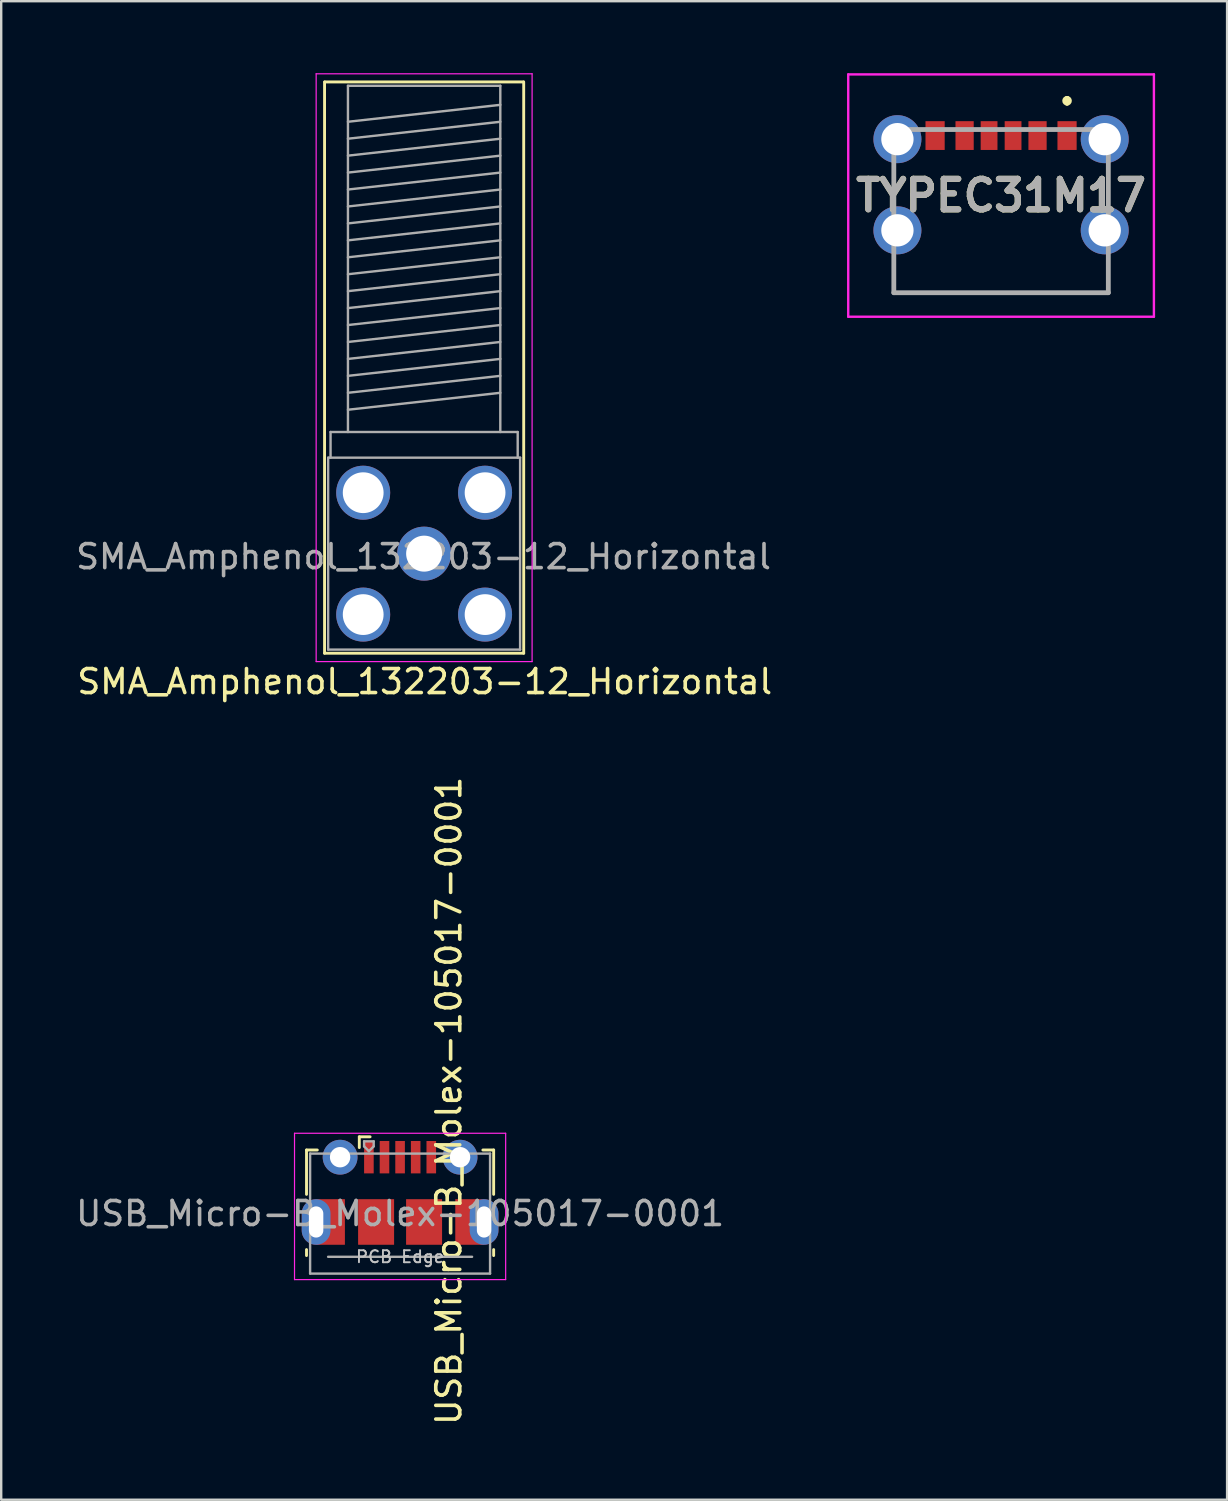
<source format=kicad_pcb>
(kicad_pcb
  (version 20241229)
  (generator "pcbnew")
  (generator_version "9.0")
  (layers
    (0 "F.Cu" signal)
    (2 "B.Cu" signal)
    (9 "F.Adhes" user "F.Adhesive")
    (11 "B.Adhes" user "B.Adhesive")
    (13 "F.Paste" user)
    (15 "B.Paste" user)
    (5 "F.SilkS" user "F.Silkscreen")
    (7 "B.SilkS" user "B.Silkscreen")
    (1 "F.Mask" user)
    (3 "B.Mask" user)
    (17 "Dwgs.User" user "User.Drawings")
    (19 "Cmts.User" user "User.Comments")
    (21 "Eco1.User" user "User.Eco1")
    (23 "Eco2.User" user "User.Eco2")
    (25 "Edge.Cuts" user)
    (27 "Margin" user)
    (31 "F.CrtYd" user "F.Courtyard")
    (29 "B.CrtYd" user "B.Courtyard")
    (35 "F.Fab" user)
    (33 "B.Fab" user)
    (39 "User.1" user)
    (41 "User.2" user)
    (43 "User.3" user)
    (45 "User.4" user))
  (footprint "TYPEC31M17"
    (layer "F.Cu")
    (at 38.673 5.1)
    (property "Reference" "TYPEC31M17" (at 0 0 0) (layer "F.SilkS") (effects (font (size 1.27 1.27) (thickness 0.254))))
    (attr through_hole)
    (fp_line (start -4.47 4.05) (end 4.32 4.05) (stroke (width 0.1) (type solid)) (layer "F.SilkS"))
    (fp_line (start 2.75 -4.05) (end 2.75 -4.05) (stroke (width 0.2) (type solid)) (layer "F.SilkS"))
    (fp_line (start 2.75 -3.85) (end 2.75 -3.85) (stroke (width 0.2) (type solid)) (layer "F.SilkS"))
    (fp_arc (start 2.75 -4.05) (mid 2.85 -3.95) (end 2.75 -3.85) (stroke (width 0.2) (type solid)) (layer "F.SilkS"))
    (fp_arc (start 2.75 -3.85) (mid 2.65 -3.95) (end 2.75 -4.05) (stroke (width 0.2) (type solid)) (layer "F.SilkS"))
    (fp_line (start -6.37 -5.05) (end 6.37 -5.05) (stroke (width 0.1) (type solid)) (layer "F.CrtYd"))
    (fp_line (start -6.37 5.05) (end -6.37 -5.05) (stroke (width 0.1) (type solid)) (layer "F.CrtYd"))
    (fp_line (start 6.37 -5.05) (end 6.37 5.05) (stroke (width 0.1) (type solid)) (layer "F.CrtYd"))
    (fp_line (start 6.37 5.05) (end -6.37 5.05) (stroke (width 0.1) (type solid)) (layer "F.CrtYd"))
    (fp_line (start -4.47 -2.75) (end 4.47 -2.75) (stroke (width 0.2) (type solid)) (layer "F.Fab"))
    (fp_line (start -4.47 4.05) (end -4.47 -2.75) (stroke (width 0.2) (type solid)) (layer "F.Fab"))
    (fp_line (start 4.47 -2.75) (end 4.47 4.05) (stroke (width 0.2) (type solid)) (layer "F.Fab"))
    (fp_line (start 4.47 4.05) (end -4.47 4.05) (stroke (width 0.2) (type solid)) (layer "F.Fab"))
    (fp_text user "${REFERENCE}" (at 0 0 0) (layer "F.Fab") (effects (font (size 1.27 1.27) (thickness 0.254))))
    (pad "A5" smd rect (at -0.5 -2.5) (size 0.7 1.2) (layers "F.Cu" "F.Mask" "F.Paste"))
    (pad "A9" smd rect (at 1.52 -2.5) (size 0.76 1.2) (layers "F.Cu" "F.Mask" "F.Paste"))
    (pad "A12" smd rect (at 2.75 -2.5) (size 0.8 1.2) (layers "F.Cu" "F.Mask" "F.Paste"))
    (pad "B5" smd rect (at 0.5 -2.5) (size 0.7 1.2) (layers "F.Cu" "F.Mask" "F.Paste"))
    (pad "B9" smd rect (at -1.52 -2.5) (size 0.76 1.2) (layers "F.Cu" "F.Mask" "F.Paste"))
    (pad "B12" smd rect (at -2.75 -2.5) (size 0.8 1.2) (layers "F.Cu" "F.Mask" "F.Paste"))
    (pad "MH1" thru_hole circle (at -4.32 1.45) (size 2 2) (drill 1.346) (layers "*.Cu" "*.Mask"))
    (pad "MH2" thru_hole circle (at 4.32 1.45) (size 2 2) (drill 1.346) (layers "*.Cu" "*.Mask"))
    (pad "MH3" thru_hole circle (at 4.32 -2.35) (size 2 2) (drill 1.346) (layers "*.Cu" "*.Mask"))
    (pad "MH4" thru_hole circle (at -4.32 -2.35) (size 2 2) (drill 1.346) (layers "*.Cu" "*.Mask")))
  (footprint "USB_Micro-B_Molex-105017-0001"
    (layer "F.Cu")
    (at 13.625 46.642)
    (property "Reference" "USB_Micro-B_Molex-105017-0001" (at 2.032 -3.81 90) (layer "F.SilkS") (effects (font (size 1 1) (thickness 0.15))))
    (attr smd)
    (fp_line (start -3.9 -1.762) (end -3.45 -1.762) (stroke (width 0.12) (type solid)) (layer "F.SilkS"))
    (fp_line (start -3.9 0.087) (end -3.9 -1.762) (stroke (width 0.12) (type solid)) (layer "F.SilkS"))
    (fp_line (start -3.9 2.638) (end -3.9 2.388) (stroke (width 0.12) (type solid)) (layer "F.SilkS"))
    (fp_line (start -1.7 -2.312) (end -1.7 -1.863) (stroke (width 0.12) (type solid)) (layer "F.SilkS"))
    (fp_line (start -1.7 -2.312) (end -1.25 -2.312) (stroke (width 0.12) (type solid)) (layer "F.SilkS"))
    (fp_line (start 3.9 -1.762) (end 3.45 -1.762) (stroke (width 0.12) (type solid)) (layer "F.SilkS"))
    (fp_line (start 3.9 0.087) (end 3.9 -1.762) (stroke (width 0.12) (type solid)) (layer "F.SilkS"))
    (fp_line (start 3.9 2.638) (end 3.9 2.388) (stroke (width 0.12) (type solid)) (layer "F.SilkS"))
    (fp_line (start -4.4 -2.46) (end 4.4 -2.46) (stroke (width 0.05) (type solid)) (layer "F.CrtYd"))
    (fp_line (start -4.4 3.64) (end -4.4 -2.46) (stroke (width 0.05) (type solid)) (layer "F.CrtYd"))
    (fp_line (start -4.4 3.64) (end 4.4 3.64) (stroke (width 0.05) (type solid)) (layer "F.CrtYd"))
    (fp_line (start 4.4 -2.46) (end 4.4 3.64) (stroke (width 0.05) (type solid)) (layer "F.CrtYd"))
    (fp_line (start -3.75 -1.613) (end 3.75 -1.613) (stroke (width 0.1) (type solid)) (layer "F.Fab"))
    (fp_line (start -3.75 3.388) (end -3.75 -1.613) (stroke (width 0.1) (type solid)) (layer "F.Fab"))
    (fp_line (start -3.75 3.389) (end 3.75 3.389) (stroke (width 0.1) (type solid)) (layer "F.Fab"))
    (fp_line (start -3 2.689) (end 3 2.689) (stroke (width 0.1) (type solid)) (layer "F.Fab"))
    (fp_line (start -1.5 -2.123) (end -1.5 -1.913) (stroke (width 0.1) (type solid)) (layer "F.Fab"))
    (fp_line (start -1.5 -2.123) (end -1.1 -2.123) (stroke (width 0.1) (type solid)) (layer "F.Fab"))
    (fp_line (start -1.3 -1.712) (end -1.5 -1.913) (stroke (width 0.1) (type solid)) (layer "F.Fab"))
    (fp_line (start -1.1 -2.123) (end -1.1 -1.913) (stroke (width 0.1) (type solid)) (layer "F.Fab"))
    (fp_line (start -1.1 -1.913) (end -1.3 -1.712) (stroke (width 0.1) (type solid)) (layer "F.Fab"))
    (fp_line (start 3.75 3.388) (end 3.75 -1.613) (stroke (width 0.1) (type solid)) (layer "F.Fab"))
    (fp_text user "PCB Edge" (at 0 2.688 0) (layer "Dwgs.User") (effects (font (size 0.5 0.5) (thickness 0.08))))
    (fp_text user "${REFERENCE}" (at 0 0.887 0) (layer "F.Fab") (effects (font (size 1 1) (thickness 0.15))))
    (pad "1" smd rect (at -1.3 -1.462) (size 0.4 1.35) (layers "F.Cu" "F.Mask" "F.Paste"))
    (pad "2" smd rect (at -0.65 -1.462) (size 0.4 1.35) (layers "F.Cu" "F.Mask" "F.Paste"))
    (pad "3" smd rect (at 0 -1.462) (size 0.4 1.35) (layers "F.Cu" "F.Mask" "F.Paste"))
    (pad "4" smd rect (at 0.65 -1.462) (size 0.4 1.35) (layers "F.Cu" "F.Mask" "F.Paste"))
    (pad "5" smd rect (at 1.3 -1.462) (size 0.4 1.35) (layers "F.Cu" "F.Mask" "F.Paste"))
    (pad "6" thru_hole oval (at -3.5 1.238 180) (size 1.2 1.9) (drill oval 0.6 1.3) (layers "*.Cu" "*.Mask"))
    (pad "6" smd rect (at -2.9 1.238) (size 1.2 1.9) (layers "F.Cu" "F.Mask"))
    (pad "6" thru_hole circle (at -2.5 -1.462) (size 1.45 1.45) (drill 0.85) (layers "*.Cu" "*.Mask"))
    (pad "6" smd rect (at -1 1.238) (size 1.5 1.9) (layers "F.Cu" "F.Mask" "F.Paste"))
    (pad "6" smd rect (at 1 1.238) (size 1.5 1.9) (layers "F.Cu" "F.Mask" "F.Paste"))
    (pad "6" thru_hole circle (at 2.5 -1.462) (size 1.45 1.45) (drill 0.85) (layers "*.Cu" "*.Mask"))
    (pad "6" smd rect (at 2.9 1.238) (size 1.2 1.9) (layers "F.Cu" "F.Mask"))
    (pad "6" thru_hole oval (at 3.5 1.238) (size 1.2 1.9) (drill oval 0.6 1.3) (layers "*.Cu" "*.Mask")))
  (footprint "SMA_Amphenol_132203-12_Horizontal"
    (layer "F.Cu")
    (at 14.627 20.025)
    (property "Reference" "SMA_Amphenol_132203-12_Horizontal" (at 0.025 5.334 180) (layer "F.SilkS") (effects (font (size 1 1) (thickness 0.15))))
    (attr through_hole)
    (fp_line (start -4.15 -19.66) (end -4.15 4.15) (stroke (width 0.12) (type solid)) (layer "F.SilkS"))
    (fp_line (start -4.15 4.15) (end 4.15 4.15) (stroke (width 0.12) (type solid)) (layer "F.SilkS"))
    (fp_line (start -4.14 -19.66) (end 4.14 -19.66) (stroke (width 0.12) (type solid)) (layer "F.SilkS"))
    (fp_line (start 4.15 -19.66) (end 4.15 4.15) (stroke (width 0.12) (type solid)) (layer "F.SilkS"))
    (fp_line (start -4.5 -20) (end -4.5 4.5) (stroke (width 0.05) (type solid)) (layer "F.CrtYd"))
    (fp_line (start -4.5 -20) (end 4.5 -20) (stroke (width 0.05) (type solid)) (layer "F.CrtYd"))
    (fp_line (start 4.5 4.5) (end -4.5 4.5) (stroke (width 0.05) (type solid)) (layer "F.CrtYd"))
    (fp_line (start 4.5 4.5) (end 4.5 -20) (stroke (width 0.05) (type solid)) (layer "F.CrtYd"))
    (fp_line (start -4 -4) (end -4 4) (stroke (width 0.1) (type solid)) (layer "F.Fab"))
    (fp_line (start -4 -4) (end 4 -4) (stroke (width 0.1) (type solid)) (layer "F.Fab"))
    (fp_line (start -4 4) (end 4 4) (stroke (width 0.1) (type solid)) (layer "F.Fab"))
    (fp_line (start -3.9 -5.07) (end -3.9 -4) (stroke (width 0.1) (type solid)) (layer "F.Fab"))
    (fp_line (start -3.175 -19.5) (end -3.175 -5.07) (stroke (width 0.1) (type solid)) (layer "F.Fab"))
    (fp_line (start -3.175 -19.5) (end 3.175 -19.5) (stroke (width 0.1) (type solid)) (layer "F.Fab"))
    (fp_line (start -3.175 -18) (end 3.175 -18.706) (stroke (width 0.1) (type solid)) (layer "F.Fab"))
    (fp_line (start -3.175 -17.294) (end 3.175 -18) (stroke (width 0.1) (type solid)) (layer "F.Fab"))
    (fp_line (start -3.175 -16.588) (end 3.175 -17.294) (stroke (width 0.1) (type solid)) (layer "F.Fab"))
    (fp_line (start -3.175 -15.882) (end 3.175 -16.588) (stroke (width 0.1) (type solid)) (layer "F.Fab"))
    (fp_line (start -3.175 -15.176) (end 3.175 -15.882) (stroke (width 0.1) (type solid)) (layer "F.Fab"))
    (fp_line (start -3.175 -14.47) (end 3.175 -15.176) (stroke (width 0.1) (type solid)) (layer "F.Fab"))
    (fp_line (start -3.175 -13.764) (end 3.175 -14.47) (stroke (width 0.1) (type solid)) (layer "F.Fab"))
    (fp_line (start -3.175 -13.058) (end 3.175 -13.764) (stroke (width 0.1) (type solid)) (layer "F.Fab"))
    (fp_line (start -3.175 -12.352) (end 3.175 -13.058) (stroke (width 0.1) (type solid)) (layer "F.Fab"))
    (fp_line (start -3.175 -11.646) (end 3.175 -12.352) (stroke (width 0.1) (type solid)) (layer "F.Fab"))
    (fp_line (start -3.175 -10.94) (end 3.175 -11.646) (stroke (width 0.1) (type solid)) (layer "F.Fab"))
    (fp_line (start -3.175 -10.234) (end 3.175 -10.94) (stroke (width 0.1) (type solid)) (layer "F.Fab"))
    (fp_line (start -3.175 -9.528) (end 3.175 -10.234) (stroke (width 0.1) (type solid)) (layer "F.Fab"))
    (fp_line (start -3.175 -8.822) (end 3.175 -9.528) (stroke (width 0.1) (type solid)) (layer "F.Fab"))
    (fp_line (start -3.175 -8.116) (end 3.175 -8.822) (stroke (width 0.1) (type solid)) (layer "F.Fab"))
    (fp_line (start -3.175 -7.41) (end 3.175 -8.116) (stroke (width 0.1) (type solid)) (layer "F.Fab"))
    (fp_line (start -3.175 -6.704) (end 3.175 -7.41) (stroke (width 0.1) (type solid)) (layer "F.Fab"))
    (fp_line (start -3.175 -5.998) (end 3.175 -6.704) (stroke (width 0.1) (type solid)) (layer "F.Fab"))
    (fp_line (start 3.175 -19.5) (end 3.175 -5.07) (stroke (width 0.1) (type solid)) (layer "F.Fab"))
    (fp_line (start 3.9 -5.07) (end -3.9 -5.07) (stroke (width 0.1) (type solid)) (layer "F.Fab"))
    (fp_line (start 3.9 -4) (end 3.9 -5.07) (stroke (width 0.1) (type solid)) (layer "F.Fab"))
    (fp_line (start 4 -4) (end 4 4) (stroke (width 0.1) (type solid)) (layer "F.Fab"))
    (fp_text user "${REFERENCE}" (at -0.025 0.127 0) (layer "F.Fab") (effects (font (size 1 1) (thickness 0.15))))
    (pad "1" thru_hole circle (at 0 0) (size 2.25 2.25) (drill 1.5) (layers "*.Cu" "*.Mask"))
    (pad "2" thru_hole circle (at -2.54 -2.54) (size 2.25 2.25) (drill 1.7) (layers "*.Cu" "*.Mask"))
    (pad "2" thru_hole circle (at -2.54 2.54) (size 2.25 2.25) (drill 1.7) (layers "*.Cu" "*.Mask"))
    (pad "2" thru_hole circle (at 2.54 -2.54) (size 2.25 2.25) (drill 1.7) (layers "*.Cu" "*.Mask"))
    (pad "2" thru_hole circle (at 2.54 2.54 90) (size 2.25 2.25) (drill 1.7) (layers "*.Cu" "*.Mask")))
  (gr_rect
    (start -3 -3)
    (end 48.093 59.457)
    (stroke (width 0.1) (type default))
    (fill no)
    (layer "Edge.Cuts")))
</source>
